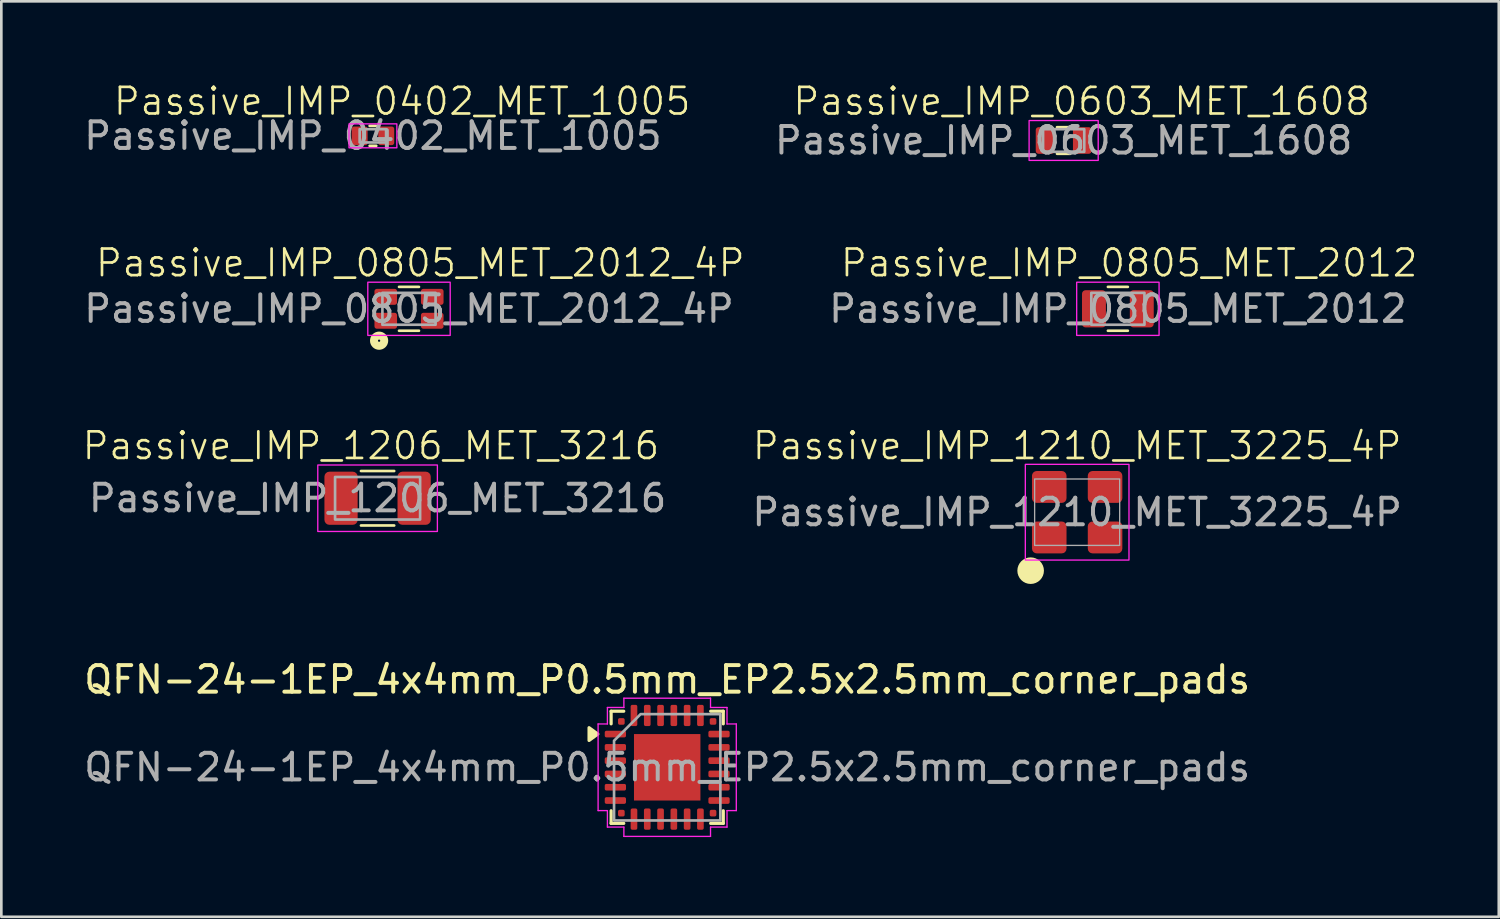
<source format=kicad_pcb>
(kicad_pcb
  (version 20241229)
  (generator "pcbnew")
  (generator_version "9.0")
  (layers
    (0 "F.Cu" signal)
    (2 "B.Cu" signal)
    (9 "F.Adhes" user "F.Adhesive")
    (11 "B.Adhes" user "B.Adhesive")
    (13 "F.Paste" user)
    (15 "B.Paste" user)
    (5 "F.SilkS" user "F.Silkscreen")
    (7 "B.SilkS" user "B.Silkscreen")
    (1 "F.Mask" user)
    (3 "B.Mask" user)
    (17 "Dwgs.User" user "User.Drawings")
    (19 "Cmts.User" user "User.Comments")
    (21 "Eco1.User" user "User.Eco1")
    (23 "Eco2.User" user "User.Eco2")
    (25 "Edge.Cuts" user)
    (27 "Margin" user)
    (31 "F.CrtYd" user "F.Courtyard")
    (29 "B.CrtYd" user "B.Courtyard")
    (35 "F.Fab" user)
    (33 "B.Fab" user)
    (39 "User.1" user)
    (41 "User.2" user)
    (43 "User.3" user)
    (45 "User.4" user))
  (footprint "Passive_IMP_1210_MET_3225_4P"
    (layer "F.Cu")
    (at 37.479 16.222)
    (property "Reference" "Passive_IMP_1210_MET_3225_4P" (at 0 -2.5 0) (unlocked yes) (layer "F.SilkS") (effects (font (size 1 1) (thickness 0.1))))
    (attr smd)
    (fp_circle (center -1.75 2.2) (end -1.75 2.2) (stroke (width 0.5) (type solid)) (fill no) (layer "F.SilkS"))
    (fp_rect (start -1.95 -1.8) (end 1.95 1.8) (stroke (width 0.05) (type solid)) (fill no) (layer "F.CrtYd"))
    (fp_rect (start -1.6 -1.25) (end 1.6 1.25) (stroke (width 0.05) (type solid)) (fill no) (layer "F.Fab"))
    (fp_text user "${REFERENCE}" (at 0 0 0) (unlocked yes) (layer "F.Fab") (effects (font (size 1 1) (thickness 0.15))))
    (pad "1" smd roundrect (at -1.05 0.95) (size 1.3 1.2) (layers "F.Cu" "F.Mask" "F.Paste") (roundrect_rratio 0.15))
    (pad "2" smd roundrect (at 1.05 0.95) (size 1.3 1.2) (layers "F.Cu" "F.Mask" "F.Paste") (roundrect_rratio 0.15))
    (pad "3" smd roundrect (at 1.05 -0.95) (size 1.3 1.2) (layers "F.Cu" "F.Mask" "F.Paste") (roundrect_rratio 0.15))
    (pad "4" smd roundrect (at -1.05 -0.95) (size 1.3 1.2) (layers "F.Cu" "F.Mask" "F.Paste") (roundrect_rratio 0.15)))
  (footprint "Passive_IMP_0603_MET_1608"
    (layer "F.Cu")
    (at 36.971 2.236)
    (property "Reference" "Passive_IMP_0603_MET_1608" (at 0.675 -1.475 0) (unlocked yes) (layer "F.SilkS") (effects (font (size 1 1) (thickness 0.1))))
    (attr smd)
    (fp_line (start -0.25 -0.5) (end 0.25 -0.5) (stroke (width 0.1) (type default)) (layer "F.SilkS"))
    (fp_line (start -0.25 0.5) (end 0.25 0.5) (stroke (width 0.1) (type default)) (layer "F.SilkS"))
    (fp_rect (start -1.3 -0.75) (end 1.3 0.75) (stroke (width 0.05) (type solid)) (fill no) (layer "F.CrtYd"))
    (fp_rect (start -0.775 -0.425) (end 0.775 0.425) (stroke (width 0.1) (type solid)) (fill no) (layer "F.Fab"))
    (fp_text user "${REFERENCE}" (at 0 0 0) (unlocked yes) (layer "F.Fab") (effects (font (size 1 1) (thickness 0.15))))
    (pad "1" smd roundrect (at -0.7 0) (size 0.7 1) (layers "F.Cu" "F.Mask" "F.Paste") (roundrect_rratio 0.15))
    (pad "2" smd roundrect (at 0.7 0) (size 0.7 1) (layers "F.Cu" "F.Mask" "F.Paste") (roundrect_rratio 0.15)))
  (footprint "Passive_IMP_1206_MET_3216"
    (layer "F.Cu")
    (at 11.157 15.697)
    (property "Reference" "Passive_IMP_1206_MET_3216" (at -0.25 -1.975 0) (unlocked yes) (layer "F.SilkS") (effects (font (size 1 1) (thickness 0.1))))
    (attr smd)
    (fp_line (start -0.625 -1.025) (end 0.625 -1.025) (stroke (width 0.1) (type solid)) (layer "F.SilkS"))
    (fp_line (start -0.625 1.025) (end 0.625 1.025) (stroke (width 0.1) (type solid)) (layer "F.SilkS"))
    (fp_rect (start -2.25 -1.25) (end 2.25 1.25) (stroke (width 0.05) (type solid)) (fill no) (layer "F.CrtYd"))
    (fp_rect (start -1.6 -0.8) (end 1.6 0.8) (stroke (width 0.1) (type solid)) (fill no) (layer "F.Fab"))
    (fp_text user "${REFERENCE}" (at 0 0 0) (unlocked yes) (layer "F.Fab") (effects (font (size 1 1) (thickness 0.15))))
    (pad "1" smd roundrect (at -1.375 0) (size 1.25 2) (layers "F.Cu" "F.Mask" "F.Paste") (roundrect_rratio 0.15))
    (pad "2" smd roundrect (at 1.375 0) (size 1.25 2) (layers "F.Cu" "F.Mask" "F.Paste") (roundrect_rratio 0.15)))
  (footprint "Passive_IMP_0805_MET_2012"
    (layer "F.Cu")
    (at 39.011 8.569)
    (property "Reference" "Passive_IMP_0805_MET_2012" (at 0.425 -1.725 0) (unlocked yes) (layer "F.SilkS") (effects (font (size 1 1) (thickness 0.1))))
    (attr smd)
    (fp_line (start -0.375 -0.825) (end 0.375 -0.825) (stroke (width 0.1) (type solid)) (layer "F.SilkS"))
    (fp_line (start -0.375 0.825) (end 0.375 0.825) (stroke (width 0.1) (type solid)) (layer "F.SilkS"))
    (fp_rect (start -1.55 -1) (end 1.55 1) (stroke (width 0.05) (type solid)) (fill no) (layer "F.CrtYd"))
    (fp_rect (start -1 -0.6) (end 1 0.6) (stroke (width 0.1) (type solid)) (fill no) (layer "F.Fab"))
    (fp_text user "${REFERENCE}" (at 0 0 0) (unlocked yes) (layer "F.Fab") (effects (font (size 1 1) (thickness 0.15))))
    (pad "1" smd roundrect (at -0.9 0) (size 0.9 1.4) (layers "F.Cu" "F.Mask" "F.Paste") (roundrect_rratio 0.15))
    (pad "2" smd roundrect (at 0.9 0) (size 0.9 1.4) (layers "F.Cu" "F.Mask" "F.Paste") (roundrect_rratio 0.15)))
  (footprint "QFN-24-1EP_4x4mm_P0.5mm_EP2.5x2.5mm_corner_pads"
    (layer "F.Cu")
    (at 22.054 25.82)
    (property "Reference" "QFN-24-1EP_4x4mm_P0.5mm_EP2.5x2.5mm_corner_pads" (at 0 -3.3 0) (layer "F.SilkS") (effects (font (size 1 1) (thickness 0.15))))
    (attr smd)
    (fp_line (start -2.11 -2.11) (end -1.635 -2.11) (stroke (width 0.12) (type solid)) (layer "F.SilkS"))
    (fp_line (start -2.11 -1.635) (end -2.11 -2.11) (stroke (width 0.12) (type solid)) (layer "F.SilkS"))
    (fp_line (start -2.11 2.11) (end -2.11 1.635) (stroke (width 0.12) (type solid)) (layer "F.SilkS"))
    (fp_line (start -1.635 2.11) (end -2.11 2.11) (stroke (width 0.12) (type solid)) (layer "F.SilkS"))
    (fp_line (start 1.635 -2.11) (end 2.11 -2.11) (stroke (width 0.12) (type solid)) (layer "F.SilkS"))
    (fp_line (start 2.11 -2.11) (end 2.11 -1.635) (stroke (width 0.12) (type solid)) (layer "F.SilkS"))
    (fp_line (start 2.11 1.635) (end 2.11 2.11) (stroke (width 0.12) (type solid)) (layer "F.SilkS"))
    (fp_line (start 2.11 2.11) (end 1.635 2.11) (stroke (width 0.12) (type solid)) (layer "F.SilkS"))
    (fp_poly (pts (xy -2.61 -1.25) (xy -2.94 -1.01) (xy -2.94 -1.49)) (stroke (width 0.12) (type solid)) (fill yes) (layer "F.SilkS"))
    (fp_line (start -2.6 -1.63) (end -2.25 -1.63) (stroke (width 0.05) (type solid)) (layer "F.CrtYd"))
    (fp_line (start -2.6 1.63) (end -2.6 -1.63) (stroke (width 0.05) (type solid)) (layer "F.CrtYd"))
    (fp_line (start -2.25 -2.25) (end -1.63 -2.25) (stroke (width 0.05) (type solid)) (layer "F.CrtYd"))
    (fp_line (start -2.25 -1.63) (end -2.25 -2.25) (stroke (width 0.05) (type solid)) (layer "F.CrtYd"))
    (fp_line (start -2.25 1.63) (end -2.6 1.63) (stroke (width 0.05) (type solid)) (layer "F.CrtYd"))
    (fp_line (start -2.25 2.25) (end -2.25 1.63) (stroke (width 0.05) (type solid)) (layer "F.CrtYd"))
    (fp_line (start -1.63 -2.6) (end 1.63 -2.6) (stroke (width 0.05) (type solid)) (layer "F.CrtYd"))
    (fp_line (start -1.63 -2.25) (end -1.63 -2.6) (stroke (width 0.05) (type solid)) (layer "F.CrtYd"))
    (fp_line (start -1.63 2.25) (end -2.25 2.25) (stroke (width 0.05) (type solid)) (layer "F.CrtYd"))
    (fp_line (start -1.63 2.6) (end -1.63 2.25) (stroke (width 0.05) (type solid)) (layer "F.CrtYd"))
    (fp_line (start 1.63 -2.6) (end 1.63 -2.25) (stroke (width 0.05) (type solid)) (layer "F.CrtYd"))
    (fp_line (start 1.63 -2.25) (end 2.25 -2.25) (stroke (width 0.05) (type solid)) (layer "F.CrtYd"))
    (fp_line (start 1.63 2.25) (end 1.63 2.6) (stroke (width 0.05) (type solid)) (layer "F.CrtYd"))
    (fp_line (start 1.63 2.6) (end -1.63 2.6) (stroke (width 0.05) (type solid)) (layer "F.CrtYd"))
    (fp_line (start 2.25 -2.25) (end 2.25 -1.63) (stroke (width 0.05) (type solid)) (layer "F.CrtYd"))
    (fp_line (start 2.25 -1.63) (end 2.6 -1.63) (stroke (width 0.05) (type solid)) (layer "F.CrtYd"))
    (fp_line (start 2.25 1.63) (end 2.25 2.25) (stroke (width 0.05) (type solid)) (layer "F.CrtYd"))
    (fp_line (start 2.25 2.25) (end 1.63 2.25) (stroke (width 0.05) (type solid)) (layer "F.CrtYd"))
    (fp_line (start 2.6 -1.63) (end 2.6 1.63) (stroke (width 0.05) (type solid)) (layer "F.CrtYd"))
    (fp_line (start 2.6 1.63) (end 2.25 1.63) (stroke (width 0.05) (type solid)) (layer "F.CrtYd"))
    (fp_poly (pts (xy -2 -1) (xy -2 2) (xy 2 2) (xy 2 -2) (xy -1 -2)) (stroke (width 0.1) (type solid)) (fill no) (layer "F.Fab"))
    (fp_text user "${REFERENCE}" (at 0 0 0) (layer "F.Fab") (effects (font (size 1 1) (thickness 0.15))))
    (pad "" smd roundrect (at -0.625 -0.625) (size 1.01 1.01) (layers "F.Paste") (roundrect_rratio 0.248))
    (pad "" smd roundrect (at -0.625 0.625) (size 1.01 1.01) (layers "F.Paste") (roundrect_rratio 0.248))
    (pad "" smd roundrect (at 0.625 -0.625) (size 1.01 1.01) (layers "F.Paste") (roundrect_rratio 0.248))
    (pad "" smd roundrect (at 0.625 0.625) (size 1.01 1.01) (layers "F.Paste") (roundrect_rratio 0.248))
    (pad "1" smd roundrect (at -1.95 -1.25) (size 0.8 0.25) (layers "F.Cu" "F.Mask" "F.Paste") (roundrect_rratio 0.25))
    (pad "2" smd roundrect (at -1.95 -0.75) (size 0.8 0.25) (layers "F.Cu" "F.Mask" "F.Paste") (roundrect_rratio 0.25))
    (pad "3" smd roundrect (at -1.95 -0.25) (size 0.8 0.25) (layers "F.Cu" "F.Mask" "F.Paste") (roundrect_rratio 0.25))
    (pad "4" smd roundrect (at -1.95 0.25) (size 0.8 0.25) (layers "F.Cu" "F.Mask" "F.Paste") (roundrect_rratio 0.25))
    (pad "5" smd roundrect (at -1.95 0.75) (size 0.8 0.25) (layers "F.Cu" "F.Mask" "F.Paste") (roundrect_rratio 0.25))
    (pad "6" smd roundrect (at -1.95 1.25) (size 0.8 0.25) (layers "F.Cu" "F.Mask" "F.Paste") (roundrect_rratio 0.25))
    (pad "7" smd roundrect (at -1.25 1.95) (size 0.25 0.8) (layers "F.Cu" "F.Mask" "F.Paste") (roundrect_rratio 0.25))
    (pad "8" smd roundrect (at -0.75 1.95) (size 0.25 0.8) (layers "F.Cu" "F.Mask" "F.Paste") (roundrect_rratio 0.25))
    (pad "9" smd roundrect (at -0.25 1.95) (size 0.25 0.8) (layers "F.Cu" "F.Mask" "F.Paste") (roundrect_rratio 0.25))
    (pad "10" smd roundrect (at 0.25 1.95) (size 0.25 0.8) (layers "F.Cu" "F.Mask" "F.Paste") (roundrect_rratio 0.25))
    (pad "11" smd roundrect (at 0.75 1.95) (size 0.25 0.8) (layers "F.Cu" "F.Mask" "F.Paste") (roundrect_rratio 0.25))
    (pad "12" smd roundrect (at 1.25 1.95) (size 0.25 0.8) (layers "F.Cu" "F.Mask" "F.Paste") (roundrect_rratio 0.25))
    (pad "13" smd roundrect (at 1.95 1.25) (size 0.8 0.25) (layers "F.Cu" "F.Mask" "F.Paste") (roundrect_rratio 0.25))
    (pad "14" smd roundrect (at 1.95 0.75) (size 0.8 0.25) (layers "F.Cu" "F.Mask" "F.Paste") (roundrect_rratio 0.25))
    (pad "15" smd roundrect (at 1.95 0.25) (size 0.8 0.25) (layers "F.Cu" "F.Mask" "F.Paste") (roundrect_rratio 0.25))
    (pad "16" smd roundrect (at 1.95 -0.25) (size 0.8 0.25) (layers "F.Cu" "F.Mask" "F.Paste") (roundrect_rratio 0.25))
    (pad "17" smd roundrect (at 1.95 -0.75) (size 0.8 0.25) (layers "F.Cu" "F.Mask" "F.Paste") (roundrect_rratio 0.25))
    (pad "18" smd roundrect (at 1.95 -1.25) (size 0.8 0.25) (layers "F.Cu" "F.Mask" "F.Paste") (roundrect_rratio 0.25))
    (pad "19" smd roundrect (at 1.25 -1.95) (size 0.25 0.8) (layers "F.Cu" "F.Mask" "F.Paste") (roundrect_rratio 0.25))
    (pad "20" smd roundrect (at 0.75 -1.95) (size 0.25 0.8) (layers "F.Cu" "F.Mask" "F.Paste") (roundrect_rratio 0.25))
    (pad "21" smd roundrect (at 0.25 -1.95) (size 0.25 0.8) (layers "F.Cu" "F.Mask" "F.Paste") (roundrect_rratio 0.25))
    (pad "22" smd roundrect (at -0.25 -1.95) (size 0.25 0.8) (layers "F.Cu" "F.Mask" "F.Paste") (roundrect_rratio 0.25))
    (pad "23" smd roundrect (at -0.75 -1.95) (size 0.25 0.8) (layers "F.Cu" "F.Mask" "F.Paste") (roundrect_rratio 0.25))
    (pad "24" smd roundrect (at -1.25 -1.95) (size 0.25 0.8) (layers "F.Cu" "F.Mask" "F.Paste") (roundrect_rratio 0.25))
    (pad "25" smd rect (at 0 0) (size 2.5 2.5) (property pad_prop_heatsink) (layers "F.Cu" "F.Mask"))
    (pad "A1" smd roundrect (at -1.725 -1.725) (size 0.25 0.25) (layers "F.Cu" "F.Mask" "F.Paste") (roundrect_rratio 0.25))
    (pad "A2" smd roundrect (at -1.725 1.725) (size 0.25 0.25) (layers "F.Cu" "F.Mask" "F.Paste") (roundrect_rratio 0.25))
    (pad "A3" smd roundrect (at 1.725 1.725) (size 0.25 0.25) (layers "F.Cu" "F.Mask" "F.Paste") (roundrect_rratio 0.25))
    (pad "A4" smd roundrect (at 1.725 -1.725) (size 0.25 0.25) (layers "F.Cu" "F.Mask" "F.Paste") (roundrect_rratio 0.25)))
  (footprint "Passive_IMP_0402_MET_1005"
    (layer "F.Cu")
    (at 10.982 2.061)
    (property "Reference" "Passive_IMP_0402_MET_1005" (at 1.1 -1.3 0) (unlocked yes) (layer "F.SilkS") (effects (font (size 1 1) (thickness 0.1))))
    (attr smd)
    (fp_line (start -0.125 -0.375) (end 0.125 -0.375) (stroke (width 0.1) (type solid)) (layer "F.SilkS"))
    (fp_line (start -0.125 0.375) (end 0.125 0.375) (stroke (width 0.1) (type solid)) (layer "F.SilkS"))
    (fp_rect (start -0.9 -0.45) (end 0.9 0.45) (stroke (width 0.05) (type solid)) (fill no) (layer "F.CrtYd"))
    (fp_rect (start -0.5 -0.25) (end 0.5 0.25) (stroke (width 0.1) (type solid)) (fill no) (layer "F.Fab"))
    (fp_text user "${REFERENCE}" (at 0 0 0) (unlocked yes) (layer "F.Fab") (effects (font (size 1 1) (thickness 0.15))))
    (pad "1" smd roundrect (at -0.5 0) (size 0.6 0.7) (layers "F.Cu" "F.Mask" "F.Paste") (roundrect_rratio 0.15))
    (pad "2" smd roundrect (at 0.5 0) (size 0.6 0.7) (layers "F.Cu" "F.Mask" "F.Paste") (roundrect_rratio 0.15)))
  (footprint "Passive_IMP_0805_MET_2012_4P"
    (layer "F.Cu")
    (at 12.339 8.569)
    (property "Reference" "Passive_IMP_0805_MET_2012_4P" (at 0.425 -1.725 0) (unlocked yes) (layer "F.SilkS") (effects (font (size 1 1) (thickness 0.1))))
    (attr smd)
    (fp_line (start -0.375 -0.825) (end 0.375 -0.825) (stroke (width 0.1) (type solid)) (layer "F.SilkS"))
    (fp_line (start -0.375 0.825) (end 0.375 0.825) (stroke (width 0.1) (type solid)) (layer "F.SilkS"))
    (fp_circle (center -1.125 1.2) (end -1.095 1.23) (stroke (width 0.3) (type solid)) (fill no) (layer "F.SilkS"))
    (fp_rect (start -1.55 -1) (end 1.55 1) (stroke (width 0.05) (type solid)) (fill no) (layer "F.CrtYd"))
    (fp_rect (start -1 -0.6) (end 1 0.6) (stroke (width 0.1) (type solid)) (fill no) (layer "F.Fab"))
    (fp_text user "${REFERENCE}" (at 0 0 0) (unlocked yes) (layer "F.Fab") (effects (font (size 1 1) (thickness 0.15))))
    (pad "1" smd roundrect (at -0.875 0.45) (size 0.85 0.6) (layers "F.Cu" "F.Mask" "F.Paste") (roundrect_rratio 0.15))
    (pad "2" smd roundrect (at 0.875 0.45) (size 0.85 0.6) (layers "F.Cu" "F.Mask" "F.Paste") (roundrect_rratio 0.15))
    (pad "3" smd roundrect (at 0.875 -0.45) (size 0.85 0.6) (layers "F.Cu" "F.Mask" "F.Paste") (roundrect_rratio 0.15))
    (pad "4" smd roundrect (at -0.875 -0.45) (size 0.85 0.6) (layers "F.Cu" "F.Mask" "F.Paste") (roundrect_rratio 0.15)))
  (gr_rect
    (start -3 -3)
    (end 53.343 31.445)
    (stroke (width 0.1) (type default))
    (fill no)
    (layer "Edge.Cuts")))
</source>
